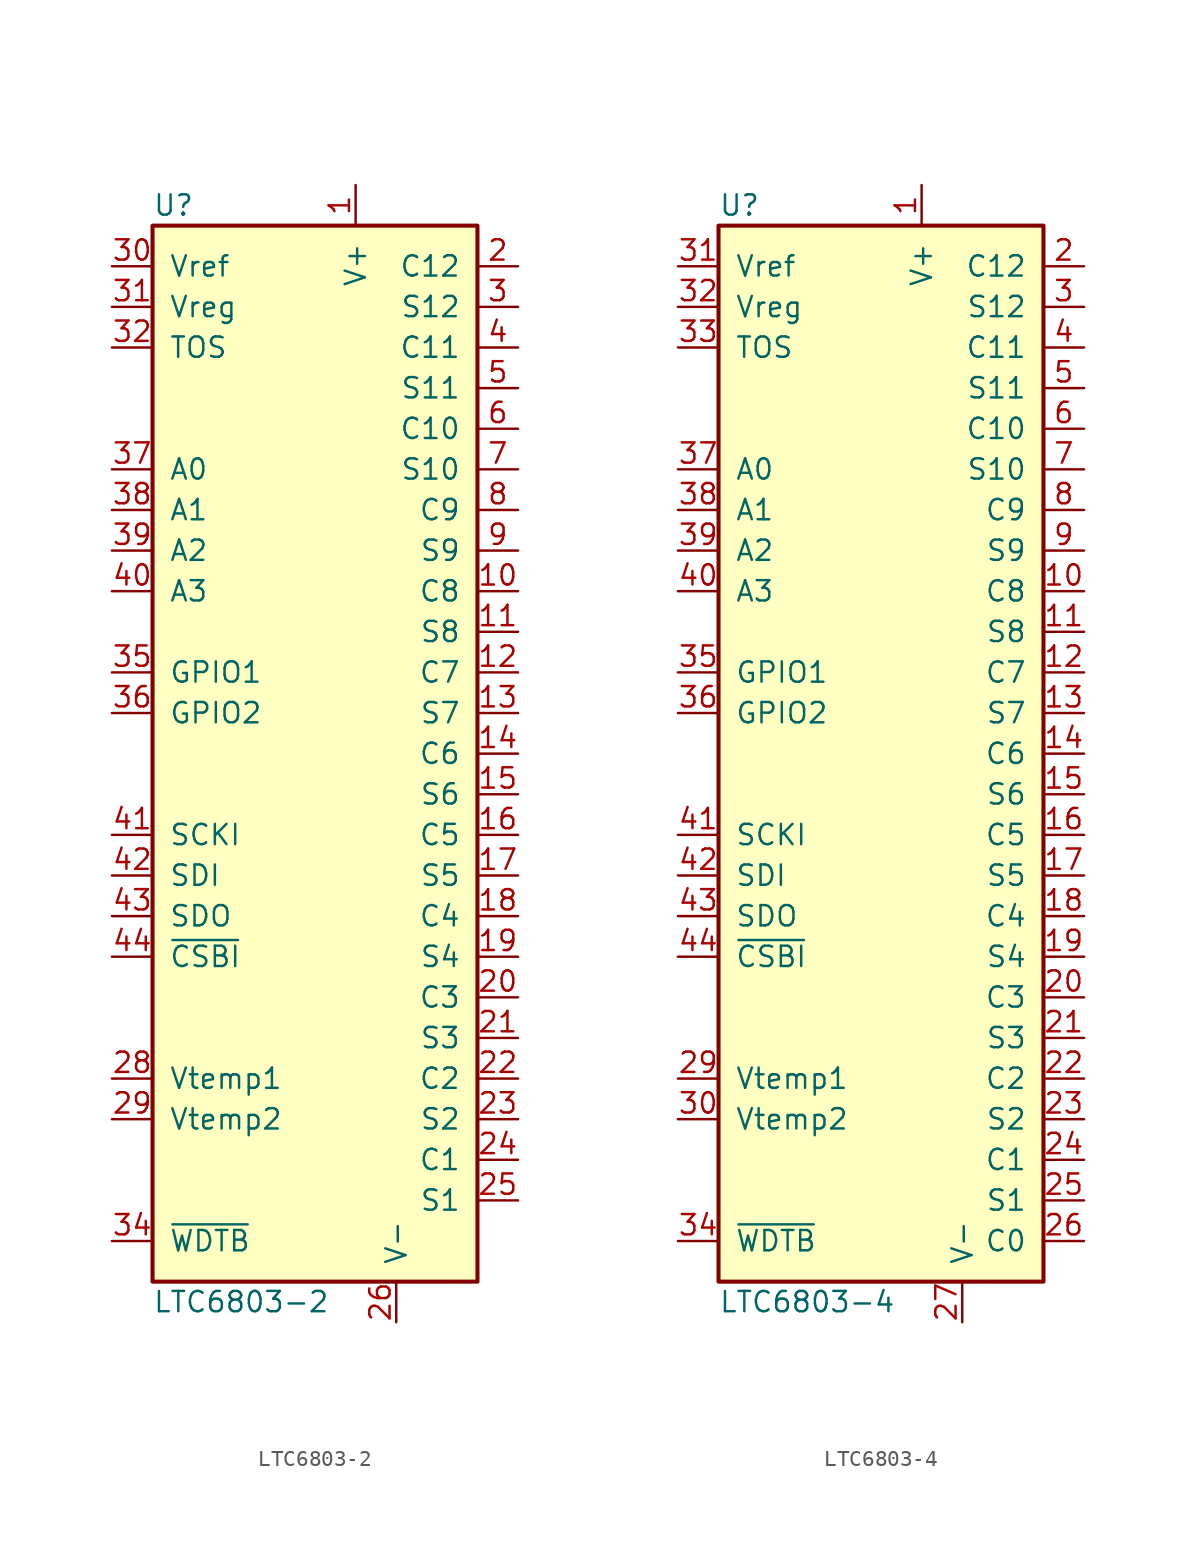
<source format=kicad_sym>
(kicad_symbol_lib
  (version 20201005)
  (generator kicad_symbol_editor)
  (symbol "LTC6803-2"
    (pin_names
      (offset 1.016))
    (property "Reference" "U"
      (at -10.16 34.29 0)
      (effects (font (size 1.27 1.27)) (justify left)))
    (property "Value" "LTC6803-2"
      (at -10.16 -34.29 0)
      (effects (font (size 1.27 1.27)) (justify left)))
    (symbol "LTC6803-2_0_1"
      (rectangle (start 10.16 -33.02) (end -10.16 33.02) (stroke (width 0.254)) (fill (type background))))
    (symbol "LTC6803-2_1_1"
      (pin input line (at 2.54 35.56 270) (length 2.54) (name "V+" (effects (font (size 1.27 1.27)))) (number "1" (effects (font (size 1.27 1.27)))))
      (pin input line (at 12.7 10.16 180) (length 2.54) (name "C8" (effects (font (size 1.27 1.27)))) (number "10" (effects (font (size 1.27 1.27)))))
      (pin input line (at 12.7 7.62 180) (length 2.54) (name "S8" (effects (font (size 1.27 1.27)))) (number "11" (effects (font (size 1.27 1.27)))))
      (pin input line (at 12.7 5.08 180) (length 2.54) (name "C7" (effects (font (size 1.27 1.27)))) (number "12" (effects (font (size 1.27 1.27)))))
      (pin input line (at 12.7 2.54 180) (length 2.54) (name "S7" (effects (font (size 1.27 1.27)))) (number "13" (effects (font (size 1.27 1.27)))))
      (pin input line (at 12.7 0 180) (length 2.54) (name "C6" (effects (font (size 1.27 1.27)))) (number "14" (effects (font (size 1.27 1.27)))))
      (pin input line (at 12.7 -2.54 180) (length 2.54) (name "S6" (effects (font (size 1.27 1.27)))) (number "15" (effects (font (size 1.27 1.27)))))
      (pin input line (at 12.7 -5.08 180) (length 2.54) (name "C5" (effects (font (size 1.27 1.27)))) (number "16" (effects (font (size 1.27 1.27)))))
      (pin input line (at 12.7 -7.62 180) (length 2.54) (name "S5" (effects (font (size 1.27 1.27)))) (number "17" (effects (font (size 1.27 1.27)))))
      (pin input line (at 12.7 -10.16 180) (length 2.54) (name "C4" (effects (font (size 1.27 1.27)))) (number "18" (effects (font (size 1.27 1.27)))))
      (pin input line (at 12.7 -12.7 180) (length 2.54) (name "S4" (effects (font (size 1.27 1.27)))) (number "19" (effects (font (size 1.27 1.27)))))
      (pin input line (at 12.7 30.48 180) (length 2.54) (name "C12" (effects (font (size 1.27 1.27)))) (number "2" (effects (font (size 1.27 1.27)))))
      (pin input line (at 12.7 -15.24 180) (length 2.54) (name "C3" (effects (font (size 1.27 1.27)))) (number "20" (effects (font (size 1.27 1.27)))))
      (pin input line (at 12.7 -17.78 180) (length 2.54) (name "S3" (effects (font (size 1.27 1.27)))) (number "21" (effects (font (size 1.27 1.27)))))
      (pin input line (at 12.7 -20.32 180) (length 2.54) (name "C2" (effects (font (size 1.27 1.27)))) (number "22" (effects (font (size 1.27 1.27)))))
      (pin input line (at 12.7 -22.86 180) (length 2.54) (name "S2" (effects (font (size 1.27 1.27)))) (number "23" (effects (font (size 1.27 1.27)))))
      (pin input line (at 12.7 -25.4 180) (length 2.54) (name "C1" (effects (font (size 1.27 1.27)))) (number "24" (effects (font (size 1.27 1.27)))))
      (pin input line (at 12.7 -27.94 180) (length 2.54) (name "S1" (effects (font (size 1.27 1.27)))) (number "25" (effects (font (size 1.27 1.27)))))
      (pin input line (at 5.08 -35.56 90) (length 2.54) (name "V-" (effects (font (size 1.27 1.27)))) (number "26" (effects (font (size 1.27 1.27)))))
      (pin no_connect line (at 0 35.56 270) (length 2.54) hide (name "NC" (effects (font (size 1.27 1.27)))) (number "27" (effects (font (size 1.27 1.27)))))
      (pin input line (at -12.7 -20.32 0) (length 2.54) (name "Vtemp1" (effects (font (size 1.27 1.27)))) (number "28" (effects (font (size 1.27 1.27)))))
      (pin input line (at -12.7 -22.86 0) (length 2.54) (name "Vtemp2" (effects (font (size 1.27 1.27)))) (number "29" (effects (font (size 1.27 1.27)))))
      (pin input line (at 12.7 27.94 180) (length 2.54) (name "S12" (effects (font (size 1.27 1.27)))) (number "3" (effects (font (size 1.27 1.27)))))
      (pin input line (at -12.7 30.48 0) (length 2.54) (name "Vref" (effects (font (size 1.27 1.27)))) (number "30" (effects (font (size 1.27 1.27)))))
      (pin input line (at -12.7 27.94 0) (length 2.54) (name "Vreg" (effects (font (size 1.27 1.27)))) (number "31" (effects (font (size 1.27 1.27)))))
      (pin input line (at -12.7 25.4 0) (length 2.54) (name "TOS" (effects (font (size 1.27 1.27)))) (number "32" (effects (font (size 1.27 1.27)))))
      (pin no_connect line (at -2.54 35.56 270) (length 2.54) hide (name "NC" (effects (font (size 1.27 1.27)))) (number "33" (effects (font (size 1.27 1.27)))))
      (pin open_collector line (at -12.7 -30.48 0) (length 2.54) (name "~WDTB~" (effects (font (size 1.27 1.27)))) (number "34" (effects (font (size 1.27 1.27)))))
      (pin input line (at -12.7 5.08 0) (length 2.54) (name "GPIO1" (effects (font (size 1.27 1.27)))) (number "35" (effects (font (size 1.27 1.27)))))
      (pin input line (at -12.7 2.54 0) (length 2.54) (name "GPIO2" (effects (font (size 1.27 1.27)))) (number "36" (effects (font (size 1.27 1.27)))))
      (pin input line (at -12.7 17.78 0) (length 2.54) (name "A0" (effects (font (size 1.27 1.27)))) (number "37" (effects (font (size 1.27 1.27)))))
      (pin input line (at -12.7 15.24 0) (length 2.54) (name "A1" (effects (font (size 1.27 1.27)))) (number "38" (effects (font (size 1.27 1.27)))))
      (pin input line (at -12.7 12.7 0) (length 2.54) (name "A2" (effects (font (size 1.27 1.27)))) (number "39" (effects (font (size 1.27 1.27)))))
      (pin input line (at 12.7 25.4 180) (length 2.54) (name "C11" (effects (font (size 1.27 1.27)))) (number "4" (effects (font (size 1.27 1.27)))))
      (pin input line (at -12.7 10.16 0) (length 2.54) (name "A3" (effects (font (size 1.27 1.27)))) (number "40" (effects (font (size 1.27 1.27)))))
      (pin input line (at -12.7 -5.08 0) (length 2.54) (name "SCKI" (effects (font (size 1.27 1.27)))) (number "41" (effects (font (size 1.27 1.27)))))
      (pin input line (at -12.7 -7.62 0) (length 2.54) (name "SDI" (effects (font (size 1.27 1.27)))) (number "42" (effects (font (size 1.27 1.27)))))
      (pin open_collector line (at -12.7 -10.16 0) (length 2.54) (name "SDO" (effects (font (size 1.27 1.27)))) (number "43" (effects (font (size 1.27 1.27)))))
      (pin input line (at -12.7 -12.7 0) (length 2.54) (name "~CSBI~" (effects (font (size 1.27 1.27)))) (number "44" (effects (font (size 1.27 1.27)))))
      (pin input line (at 12.7 22.86 180) (length 2.54) (name "S11" (effects (font (size 1.27 1.27)))) (number "5" (effects (font (size 1.27 1.27)))))
      (pin input line (at 12.7 20.32 180) (length 2.54) (name "C10" (effects (font (size 1.27 1.27)))) (number "6" (effects (font (size 1.27 1.27)))))
      (pin input line (at 12.7 17.78 180) (length 2.54) (name "S10" (effects (font (size 1.27 1.27)))) (number "7" (effects (font (size 1.27 1.27)))))
      (pin input line (at 12.7 15.24 180) (length 2.54) (name "C9" (effects (font (size 1.27 1.27)))) (number "8" (effects (font (size 1.27 1.27)))))
      (pin input line (at 12.7 12.7 180) (length 2.54) (name "S9" (effects (font (size 1.27 1.27)))) (number "9" (effects (font (size 1.27 1.27)))))))
  (symbol "LTC6803-4"
    (pin_names
      (offset 1.016))
    (property "Reference" "U"
      (at -10.16 34.29 0)
      (effects (font (size 1.27 1.27)) (justify left)))
    (property "Value" "LTC6803-4"
      (at -10.16 -34.29 0)
      (effects (font (size 1.27 1.27)) (justify left)))
    (symbol "LTC6803-4_0_1"
      (rectangle (start 10.16 -33.02) (end -10.16 33.02) (stroke (width 0.254)) (fill (type background))))
    (symbol "LTC6803-4_1_1"
      (pin input line (at 2.54 35.56 270) (length 2.54) (name "V+" (effects (font (size 1.27 1.27)))) (number "1" (effects (font (size 1.27 1.27)))))
      (pin input line (at 12.7 10.16 180) (length 2.54) (name "C8" (effects (font (size 1.27 1.27)))) (number "10" (effects (font (size 1.27 1.27)))))
      (pin input line (at 12.7 7.62 180) (length 2.54) (name "S8" (effects (font (size 1.27 1.27)))) (number "11" (effects (font (size 1.27 1.27)))))
      (pin input line (at 12.7 5.08 180) (length 2.54) (name "C7" (effects (font (size 1.27 1.27)))) (number "12" (effects (font (size 1.27 1.27)))))
      (pin input line (at 12.7 2.54 180) (length 2.54) (name "S7" (effects (font (size 1.27 1.27)))) (number "13" (effects (font (size 1.27 1.27)))))
      (pin input line (at 12.7 0 180) (length 2.54) (name "C6" (effects (font (size 1.27 1.27)))) (number "14" (effects (font (size 1.27 1.27)))))
      (pin input line (at 12.7 -2.54 180) (length 2.54) (name "S6" (effects (font (size 1.27 1.27)))) (number "15" (effects (font (size 1.27 1.27)))))
      (pin input line (at 12.7 -5.08 180) (length 2.54) (name "C5" (effects (font (size 1.27 1.27)))) (number "16" (effects (font (size 1.27 1.27)))))
      (pin input line (at 12.7 -7.62 180) (length 2.54) (name "S5" (effects (font (size 1.27 1.27)))) (number "17" (effects (font (size 1.27 1.27)))))
      (pin input line (at 12.7 -10.16 180) (length 2.54) (name "C4" (effects (font (size 1.27 1.27)))) (number "18" (effects (font (size 1.27 1.27)))))
      (pin input line (at 12.7 -12.7 180) (length 2.54) (name "S4" (effects (font (size 1.27 1.27)))) (number "19" (effects (font (size 1.27 1.27)))))
      (pin input line (at 12.7 30.48 180) (length 2.54) (name "C12" (effects (font (size 1.27 1.27)))) (number "2" (effects (font (size 1.27 1.27)))))
      (pin input line (at 12.7 -15.24 180) (length 2.54) (name "C3" (effects (font (size 1.27 1.27)))) (number "20" (effects (font (size 1.27 1.27)))))
      (pin input line (at 12.7 -17.78 180) (length 2.54) (name "S3" (effects (font (size 1.27 1.27)))) (number "21" (effects (font (size 1.27 1.27)))))
      (pin input line (at 12.7 -20.32 180) (length 2.54) (name "C2" (effects (font (size 1.27 1.27)))) (number "22" (effects (font (size 1.27 1.27)))))
      (pin input line (at 12.7 -22.86 180) (length 2.54) (name "S2" (effects (font (size 1.27 1.27)))) (number "23" (effects (font (size 1.27 1.27)))))
      (pin input line (at 12.7 -25.4 180) (length 2.54) (name "C1" (effects (font (size 1.27 1.27)))) (number "24" (effects (font (size 1.27 1.27)))))
      (pin input line (at 12.7 -27.94 180) (length 2.54) (name "S1" (effects (font (size 1.27 1.27)))) (number "25" (effects (font (size 1.27 1.27)))))
      (pin input line (at 12.7 -30.48 180) (length 2.54) (name "C0" (effects (font (size 1.27 1.27)))) (number "26" (effects (font (size 1.27 1.27)))))
      (pin input line (at 5.08 -35.56 90) (length 2.54) (name "V-" (effects (font (size 1.27 1.27)))) (number "27" (effects (font (size 1.27 1.27)))))
      (pin no_connect line (at 0 35.56 270) (length 2.54) hide (name "NC" (effects (font (size 1.27 1.27)))) (number "28" (effects (font (size 1.27 1.27)))))
      (pin input line (at -12.7 -20.32 0) (length 2.54) (name "Vtemp1" (effects (font (size 1.27 1.27)))) (number "29" (effects (font (size 1.27 1.27)))))
      (pin input line (at 12.7 27.94 180) (length 2.54) (name "S12" (effects (font (size 1.27 1.27)))) (number "3" (effects (font (size 1.27 1.27)))))
      (pin input line (at -12.7 -22.86 0) (length 2.54) (name "Vtemp2" (effects (font (size 1.27 1.27)))) (number "30" (effects (font (size 1.27 1.27)))))
      (pin input line (at -12.7 30.48 0) (length 2.54) (name "Vref" (effects (font (size 1.27 1.27)))) (number "31" (effects (font (size 1.27 1.27)))))
      (pin input line (at -12.7 27.94 0) (length 2.54) (name "Vreg" (effects (font (size 1.27 1.27)))) (number "32" (effects (font (size 1.27 1.27)))))
      (pin input line (at -12.7 25.4 0) (length 2.54) (name "TOS" (effects (font (size 1.27 1.27)))) (number "33" (effects (font (size 1.27 1.27)))))
      (pin open_collector line (at -12.7 -30.48 0) (length 2.54) (name "~WDTB~" (effects (font (size 1.27 1.27)))) (number "34" (effects (font (size 1.27 1.27)))))
      (pin input line (at -12.7 5.08 0) (length 2.54) (name "GPIO1" (effects (font (size 1.27 1.27)))) (number "35" (effects (font (size 1.27 1.27)))))
      (pin input line (at -12.7 2.54 0) (length 2.54) (name "GPIO2" (effects (font (size 1.27 1.27)))) (number "36" (effects (font (size 1.27 1.27)))))
      (pin input line (at -12.7 17.78 0) (length 2.54) (name "A0" (effects (font (size 1.27 1.27)))) (number "37" (effects (font (size 1.27 1.27)))))
      (pin input line (at -12.7 15.24 0) (length 2.54) (name "A1" (effects (font (size 1.27 1.27)))) (number "38" (effects (font (size 1.27 1.27)))))
      (pin input line (at -12.7 12.7 0) (length 2.54) (name "A2" (effects (font (size 1.27 1.27)))) (number "39" (effects (font (size 1.27 1.27)))))
      (pin input line (at 12.7 25.4 180) (length 2.54) (name "C11" (effects (font (size 1.27 1.27)))) (number "4" (effects (font (size 1.27 1.27)))))
      (pin input line (at -12.7 10.16 0) (length 2.54) (name "A3" (effects (font (size 1.27 1.27)))) (number "40" (effects (font (size 1.27 1.27)))))
      (pin input line (at -12.7 -5.08 0) (length 2.54) (name "SCKI" (effects (font (size 1.27 1.27)))) (number "41" (effects (font (size 1.27 1.27)))))
      (pin input line (at -12.7 -7.62 0) (length 2.54) (name "SDI" (effects (font (size 1.27 1.27)))) (number "42" (effects (font (size 1.27 1.27)))))
      (pin open_collector line (at -12.7 -10.16 0) (length 2.54) (name "SDO" (effects (font (size 1.27 1.27)))) (number "43" (effects (font (size 1.27 1.27)))))
      (pin input line (at -12.7 -12.7 0) (length 2.54) (name "~CSBI~" (effects (font (size 1.27 1.27)))) (number "44" (effects (font (size 1.27 1.27)))))
      (pin input line (at 12.7 22.86 180) (length 2.54) (name "S11" (effects (font (size 1.27 1.27)))) (number "5" (effects (font (size 1.27 1.27)))))
      (pin input line (at 12.7 20.32 180) (length 2.54) (name "C10" (effects (font (size 1.27 1.27)))) (number "6" (effects (font (size 1.27 1.27)))))
      (pin input line (at 12.7 17.78 180) (length 2.54) (name "S10" (effects (font (size 1.27 1.27)))) (number "7" (effects (font (size 1.27 1.27)))))
      (pin input line (at 12.7 15.24 180) (length 2.54) (name "C9" (effects (font (size 1.27 1.27)))) (number "8" (effects (font (size 1.27 1.27)))))
      (pin input line (at 12.7 12.7 180) (length 2.54) (name "S9" (effects (font (size 1.27 1.27)))) (number "9" (effects (font (size 1.27 1.27))))))))
</source>
